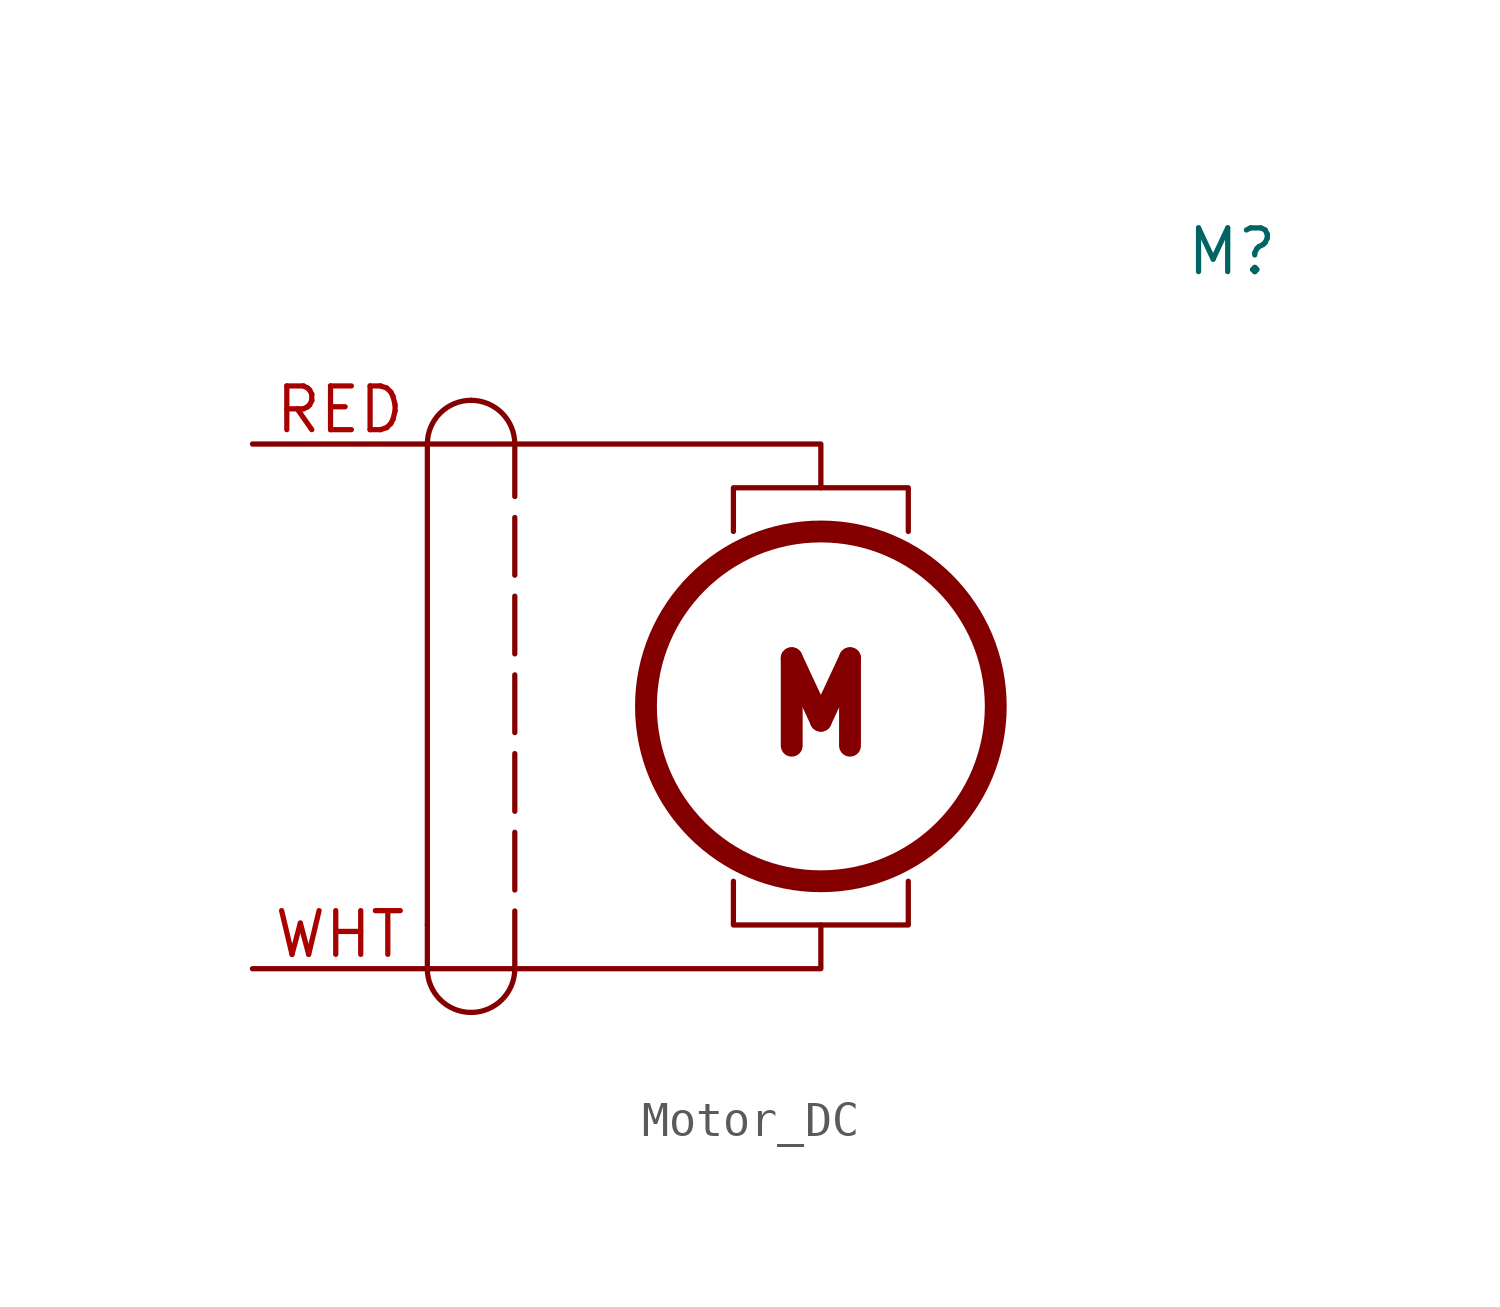
<source format=kicad_sym>
(kicad_symbol_lib
  (version 20241209)
  (generator "kicad_symbol_editor")
  (generator_version "9.0")
  (symbol "Motor_DC"
    (property "Reference" "M"
      (at 11.938 13.208 0)
      (effects (font (size 1.27 1.27))))
    (property "Value" ""
      (at 0 0 0)
      (effects (font (size 1.27 1.27))))
    (symbol "Motor_DC_0_1"
      (polyline (pts (xy -11.43 7.62) (xy -11.43 -7.62)) (stroke (width 0) (type default)) (fill (type none)))
      (arc (start -11.43 -6.35) (mid -11.43 -6.35) (end -11.43 -6.35) (stroke (width 0) (type default)) (fill (type none)))
      (arc (start -10.16 8.89) (mid -9.262 8.518) (end -8.89 7.62) (stroke (width 0) (type default)) (fill (type none)))
      (arc (start -8.89 -7.62) (mid -9.262 -8.518) (end -10.16 -8.89) (stroke (width 0) (type default)) (fill (type none)))
      (arc (start -11.43 7.62) (mid -11.058 8.518) (end -10.16 8.89) (stroke (width 0) (type default)) (fill (type none)))
      (arc (start -10.16 -8.89) (mid -11.058 -8.518) (end -11.43 -7.62) (stroke (width 0) (type default)) (fill (type none)))
      (polyline (pts (xy -8.89 -7.62) (xy -8.89 7.62)) (stroke (width 0) (type dash)) (fill (type none)))
      (polyline (pts (xy -2.54 5.08) (xy -2.54 6.35) (xy 2.54 6.35) (xy 2.54 5.08)) (stroke (width 0) (type default)) (fill (type none)))
      (polyline (pts (xy 0 6.35) (xy 0 7.62) (xy -11.43 7.62)) (stroke (width 0) (type default)) (fill (type none)))
      (circle (center 0 0) (radius 5.08) (stroke (width 0.635) (type default)) (fill (type none)))
      (polyline (pts (xy 0 -6.35) (xy 0 -7.62) (xy -11.43 -7.62)) (stroke (width 0) (type default)) (fill (type none)))
      (polyline (pts (xy 2.54 -5.08) (xy 2.54 -6.35) (xy -2.54 -6.35) (xy -2.54 -5.08)) (stroke (width 0) (type default)) (fill (type none))))
    (symbol "Motor_DC_1_1"
      (text "M" (at 0 0 0) (effects (font (size 2.54 2.54) (thickness 1.27))))
      (pin passive line (at -16.51 7.62 0) (length 5.08) (name "" (effects (font (size 2.54 2.54)))) (number "RED" (effects (font (size 1.27 1.27)))))
      (pin passive line (at -16.51 -7.62 0) (length 5.08) (name "" (effects (font (size 2.54 2.54)))) (number "WHT" (effects (font (size 1.27 1.27))))))))
</source>
